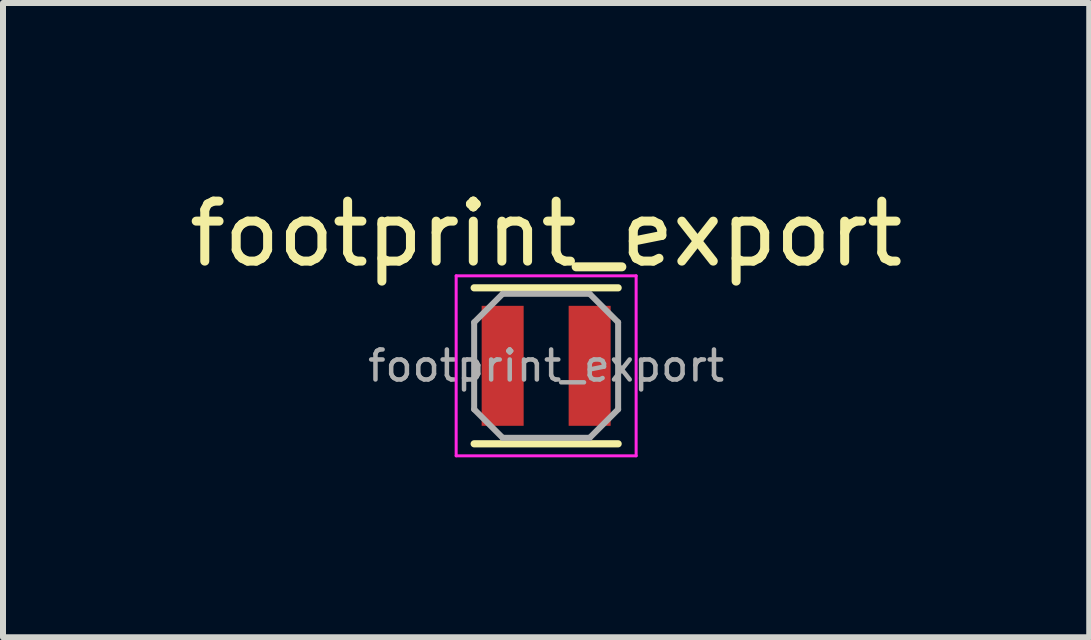
<source format=kicad_pcb>
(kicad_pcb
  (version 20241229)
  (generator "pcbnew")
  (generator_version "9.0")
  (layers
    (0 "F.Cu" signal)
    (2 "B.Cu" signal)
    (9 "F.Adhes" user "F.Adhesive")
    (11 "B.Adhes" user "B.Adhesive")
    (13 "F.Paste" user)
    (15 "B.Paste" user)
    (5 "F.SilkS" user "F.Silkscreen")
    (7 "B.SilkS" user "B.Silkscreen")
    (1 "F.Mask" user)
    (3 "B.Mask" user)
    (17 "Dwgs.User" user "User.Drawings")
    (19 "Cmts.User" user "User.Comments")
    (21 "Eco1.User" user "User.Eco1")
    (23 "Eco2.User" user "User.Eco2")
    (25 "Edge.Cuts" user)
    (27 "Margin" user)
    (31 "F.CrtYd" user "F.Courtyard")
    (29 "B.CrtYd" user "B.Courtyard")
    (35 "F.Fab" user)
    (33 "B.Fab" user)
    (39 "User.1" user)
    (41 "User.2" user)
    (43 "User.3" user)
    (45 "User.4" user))
  (footprint "footprint_export"
    (layer "F.Cu")
    (at 6.054 3.048)
    (property "Reference" "footprint_export" (at 0 -2.2 0) (layer "F.SilkS") (effects (font (size 1 1) (thickness 0.15))))
    (attr smd)
    (fp_line (start -1.2 -1.3) (end 1.2 -1.3) (stroke (width 0.12) (type solid)) (layer "F.SilkS"))
    (fp_line (start -1.2 1.3) (end 1.2 1.3) (stroke (width 0.12) (type solid)) (layer "F.SilkS"))
    (fp_line (start -1.5 -1.5) (end -1.5 1.5) (stroke (width 0.05) (type solid)) (layer "F.CrtYd"))
    (fp_line (start -1.5 1.5) (end 1.5 1.5) (stroke (width 0.05) (type solid)) (layer "F.CrtYd"))
    (fp_line (start 1.5 -1.5) (end -1.5 -1.5) (stroke (width 0.05) (type solid)) (layer "F.CrtYd"))
    (fp_line (start 1.5 1.5) (end 1.5 -1.5) (stroke (width 0.05) (type solid)) (layer "F.CrtYd"))
    (fp_line (start -1.2 -0.725) (end -1.2 0.725) (stroke (width 0.1) (type solid)) (layer "F.Fab"))
    (fp_line (start -1.2 -0.725) (end -0.725 -1.2) (stroke (width 0.1) (type solid)) (layer "F.Fab"))
    (fp_line (start -1.2 0.725) (end -0.725 1.2) (stroke (width 0.1) (type solid)) (layer "F.Fab"))
    (fp_line (start -0.725 -1.2) (end 0.725 -1.2) (stroke (width 0.1) (type solid)) (layer "F.Fab"))
    (fp_line (start -0.725 1.2) (end 0.725 1.2) (stroke (width 0.1) (type solid)) (layer "F.Fab"))
    (fp_line (start 1.2 -0.725) (end 0.725 -1.2) (stroke (width 0.1) (type solid)) (layer "F.Fab"))
    (fp_line (start 1.2 -0.725) (end 1.2 0.725) (stroke (width 0.1) (type solid)) (layer "F.Fab"))
    (fp_line (start 1.2 0.725) (end 0.725 1.2) (stroke (width 0.1) (type solid)) (layer "F.Fab"))
    (fp_text user "${REFERENCE}" (at 0 0 0) (layer "F.Fab") (effects (font (size 0.5 0.5) (thickness 0.075))))
    (pad "1" smd rect (at -0.725 0) (size 0.7 2) (layers "F.Cu" "F.Mask" "F.Paste"))
    (pad "2" smd rect (at 0.725 0) (size 0.7 2) (layers "F.Cu" "F.Mask" "F.Paste")))
  (gr_rect
    (start -3 -3)
    (end 15.107 7.573)
    (stroke (width 0.1) (type default))
    (fill no)
    (layer "Edge.Cuts")))
</source>
